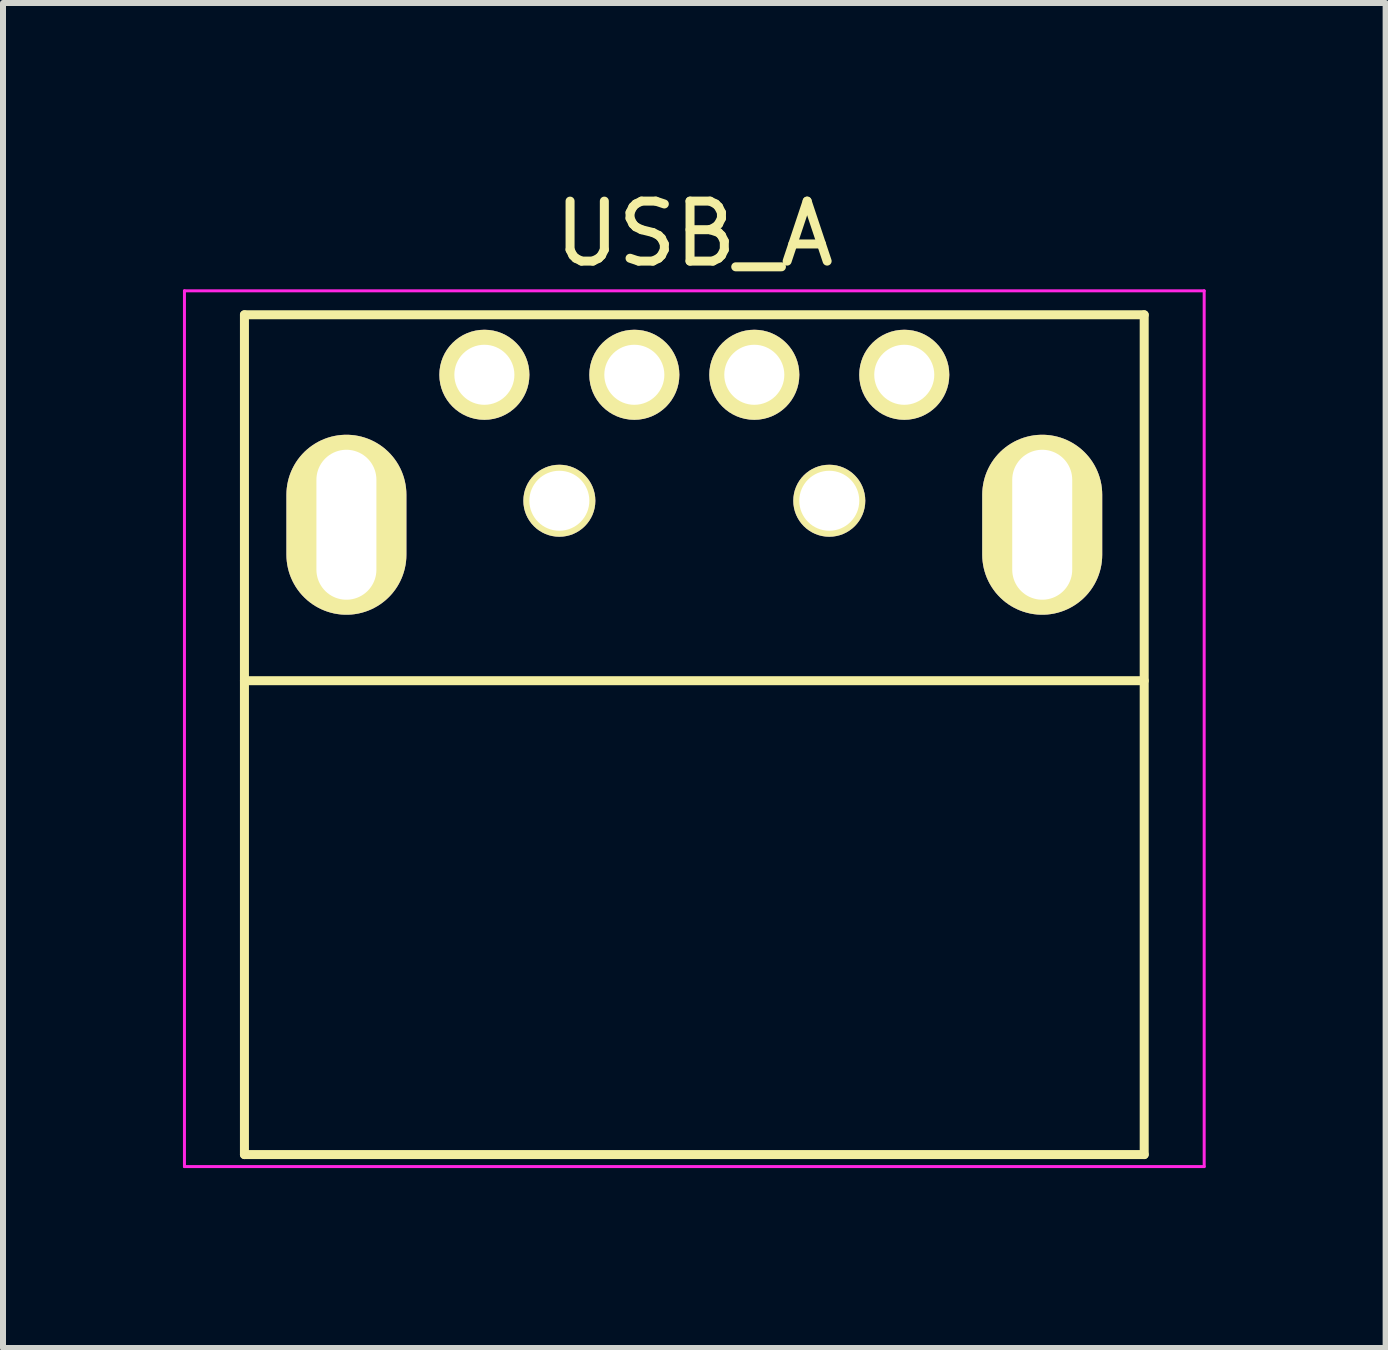
<source format=kicad_pcb>
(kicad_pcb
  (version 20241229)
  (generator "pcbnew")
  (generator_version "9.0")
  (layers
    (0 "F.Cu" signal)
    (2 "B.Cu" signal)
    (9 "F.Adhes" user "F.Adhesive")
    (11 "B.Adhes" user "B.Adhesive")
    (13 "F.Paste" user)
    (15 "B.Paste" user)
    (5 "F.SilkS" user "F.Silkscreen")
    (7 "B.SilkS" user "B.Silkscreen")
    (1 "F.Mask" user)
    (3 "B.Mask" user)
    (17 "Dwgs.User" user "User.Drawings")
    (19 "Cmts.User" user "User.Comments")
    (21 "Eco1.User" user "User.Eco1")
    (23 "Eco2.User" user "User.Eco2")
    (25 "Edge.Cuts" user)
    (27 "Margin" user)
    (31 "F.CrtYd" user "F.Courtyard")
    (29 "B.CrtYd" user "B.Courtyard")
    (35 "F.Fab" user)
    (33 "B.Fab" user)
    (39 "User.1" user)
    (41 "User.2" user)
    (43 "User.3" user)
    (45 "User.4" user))
  (footprint "USB_A"
    (layer "F.Cu")
    (at 8.525 3.198)
    (property "Reference" "USB_A" (at 0 -2.35 0) (layer "F.SilkS") (effects (font (size 1 1) (thickness 0.15))))
    (attr through_hole)
    (fp_line (start -7.5 5.1) (end 7.5 5.1) (stroke (width 0.15) (type solid)) (layer "F.SilkS"))
    (fp_line (start -7.5 13) (end -7.5 -1) (stroke (width 0.15) (type solid)) (layer "F.SilkS"))
    (fp_line (start 7.5 -1) (end -7.5 -1) (stroke (width 0.15) (type solid)) (layer "F.SilkS"))
    (fp_line (start 7.5 -1) (end 7.5 13) (stroke (width 0.15) (type solid)) (layer "F.SilkS"))
    (fp_line (start 7.5 13) (end -7.5 13) (stroke (width 0.15) (type solid)) (layer "F.SilkS"))
    (fp_line (start -8.5 -1.4) (end 8.5 -1.4) (stroke (width 0.05) (type solid)) (layer "F.CrtYd"))
    (fp_line (start -8.5 13.2) (end -8.5 -1.4) (stroke (width 0.05) (type solid)) (layer "F.CrtYd"))
    (fp_line (start -8.5 13.2) (end 8.5 13.2) (stroke (width 0.05) (type solid)) (layer "F.CrtYd"))
    (fp_line (start 8.5 -1.4) (end 8.5 13.2) (stroke (width 0.05) (type solid)) (layer "F.CrtYd"))
    (pad "1" thru_hole circle (at 3.5 0 270) (size 1.501 1.501) (drill 1.001) (layers "*.Cu" "*.Mask" "F.SilkS"))
    (pad "2" thru_hole circle (at 1 0 270) (size 1.501 1.501) (drill 1.001) (layers "*.Cu" "*.Mask" "F.SilkS"))
    (pad "3" thru_hole circle (at -1 0 270) (size 1.501 1.501) (drill 1.001) (layers "*.Cu" "*.Mask" "F.SilkS"))
    (pad "4" thru_hole circle (at -3.5 0 270) (size 1.501 1.501) (drill 1.001) (layers "*.Cu" "*.Mask" "F.SilkS"))
    (pad "5" thru_hole oval (at -5.8 2.5 270) (size 3 2) (drill oval 2.5 1) (layers "*.Cu" "*.Mask" "F.SilkS"))
    (pad "5" thru_hole circle (at -2.25 2.1) (size 1.2 1.2) (drill 1) (layers "*.Cu" "*.Mask" "F.SilkS"))
    (pad "5" thru_hole circle (at 2.25 2.1) (size 1.2 1.2) (drill 1) (layers "*.Cu" "*.Mask" "F.SilkS"))
    (pad "5" thru_hole oval (at 5.8 2.5 270) (size 3 2) (drill oval 2.5 1) (layers "*.Cu" "*.Mask" "F.SilkS")))
  (gr_rect
    (start -3 -3)
    (end 20.05 19.423)
    (stroke (width 0.1) (type default))
    (fill no)
    (layer "Edge.Cuts")))
</source>
